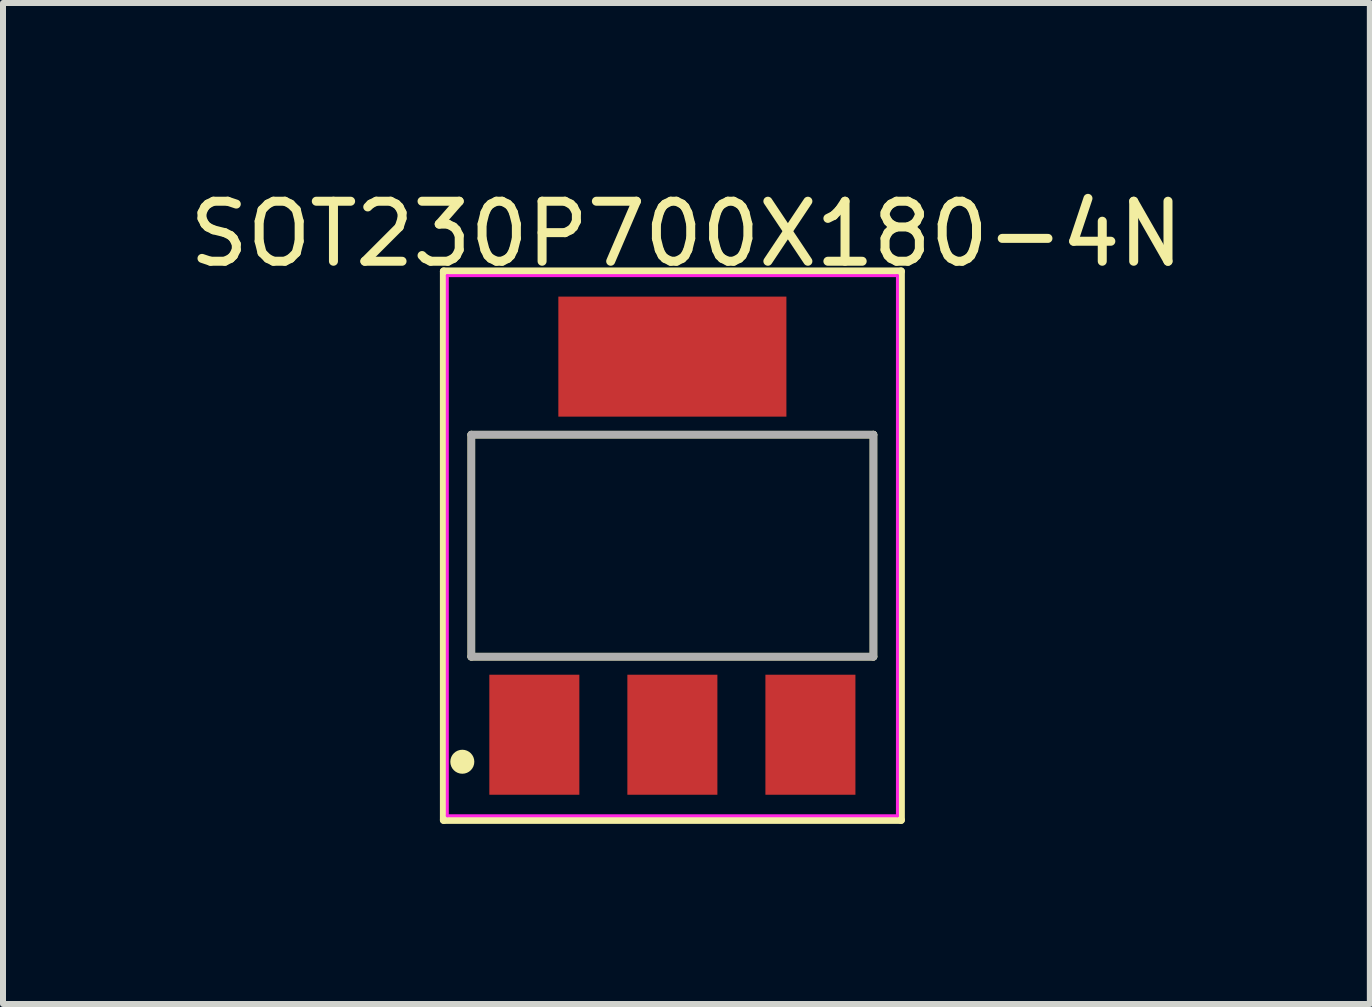
<source format=kicad_pcb>
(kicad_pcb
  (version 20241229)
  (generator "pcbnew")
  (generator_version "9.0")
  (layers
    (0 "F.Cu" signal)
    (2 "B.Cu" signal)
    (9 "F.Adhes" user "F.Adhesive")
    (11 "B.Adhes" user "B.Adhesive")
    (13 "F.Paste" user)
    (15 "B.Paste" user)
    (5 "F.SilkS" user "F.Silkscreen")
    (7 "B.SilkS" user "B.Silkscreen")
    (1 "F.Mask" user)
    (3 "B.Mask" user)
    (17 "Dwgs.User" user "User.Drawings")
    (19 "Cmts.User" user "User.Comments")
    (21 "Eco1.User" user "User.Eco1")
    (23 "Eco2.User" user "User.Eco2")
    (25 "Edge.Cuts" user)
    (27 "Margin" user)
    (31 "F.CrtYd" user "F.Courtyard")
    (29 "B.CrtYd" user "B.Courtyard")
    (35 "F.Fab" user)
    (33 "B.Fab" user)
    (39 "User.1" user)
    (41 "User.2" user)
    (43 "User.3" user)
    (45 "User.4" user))
  (footprint "SOT230P700X180-4N"
    (layer "F.Cu")
    (at 8.153 6.042)
    (property "Reference" "SOT230P700X180-4N" (at 0.234 -5.194 0) (layer "F.SilkS") (effects (font (size 1 1) (thickness 0.15))))
    (attr smd)
    (fp_line (start -3.81 -4.572) (end 3.81 -4.572) (stroke (width 0.127) (type solid)) (layer "F.SilkS"))
    (fp_line (start -3.81 4.572) (end -3.81 -4.572) (stroke (width 0.127) (type solid)) (layer "F.SilkS"))
    (fp_line (start -3.35 -1.85) (end -3.35 1.85) (stroke (width 0.127) (type solid)) (layer "F.SilkS"))
    (fp_line (start -3.35 1.85) (end 3.35 1.85) (stroke (width 0.127) (type solid)) (layer "F.SilkS"))
    (fp_line (start 3.35 -1.85) (end -3.35 -1.85) (stroke (width 0.127) (type solid)) (layer "F.SilkS"))
    (fp_line (start 3.35 1.85) (end 3.35 -1.85) (stroke (width 0.127) (type solid)) (layer "F.SilkS"))
    (fp_line (start 3.81 -4.572) (end 3.81 4.572) (stroke (width 0.127) (type solid)) (layer "F.SilkS"))
    (fp_line (start 3.81 4.572) (end -3.81 4.572) (stroke (width 0.127) (type solid)) (layer "F.SilkS"))
    (fp_circle (center -3.5 3.6) (end -3.4 3.6) (stroke (width 0.2) (type solid)) (fill no) (layer "F.SilkS"))
    (fp_line (start -3.75 -4.5) (end 3.75 -4.5) (stroke (width 0.05) (type solid)) (layer "F.CrtYd"))
    (fp_line (start -3.75 4.5) (end -3.75 -4.5) (stroke (width 0.05) (type solid)) (layer "F.CrtYd"))
    (fp_line (start 3.75 -4.5) (end 3.75 4.5) (stroke (width 0.05) (type solid)) (layer "F.CrtYd"))
    (fp_line (start 3.75 4.5) (end -3.75 4.5) (stroke (width 0.05) (type solid)) (layer "F.CrtYd"))
    (fp_line (start -3.35 -1.85) (end -3.35 1.85) (stroke (width 0.127) (type solid)) (layer "F.Fab"))
    (fp_line (start -3.35 1.85) (end 3.35 1.85) (stroke (width 0.127) (type solid)) (layer "F.Fab"))
    (fp_line (start 3.35 -1.85) (end -3.35 -1.85) (stroke (width 0.127) (type solid)) (layer "F.Fab"))
    (fp_line (start 3.35 1.85) (end 3.35 -1.85) (stroke (width 0.127) (type solid)) (layer "F.Fab"))
    (pad "1" smd rect (at -2.3 3.15 180) (size 1.5 2) (layers "F.Cu" "F.Mask" "F.Paste"))
    (pad "2" smd rect (at 0 3.15 180) (size 1.5 2) (layers "F.Cu" "F.Mask" "F.Paste"))
    (pad "3" smd rect (at 2.3 3.15 180) (size 1.5 2) (layers "F.Cu" "F.Mask" "F.Paste"))
    (pad "4" smd rect (at 0 -3.15 180) (size 3.8 2) (layers "F.Cu" "F.Mask" "F.Paste")))
  (gr_rect
    (start -3 -3)
    (end 19.774 13.678)
    (stroke (width 0.1) (type default))
    (fill no)
    (layer "Edge.Cuts")))
</source>
